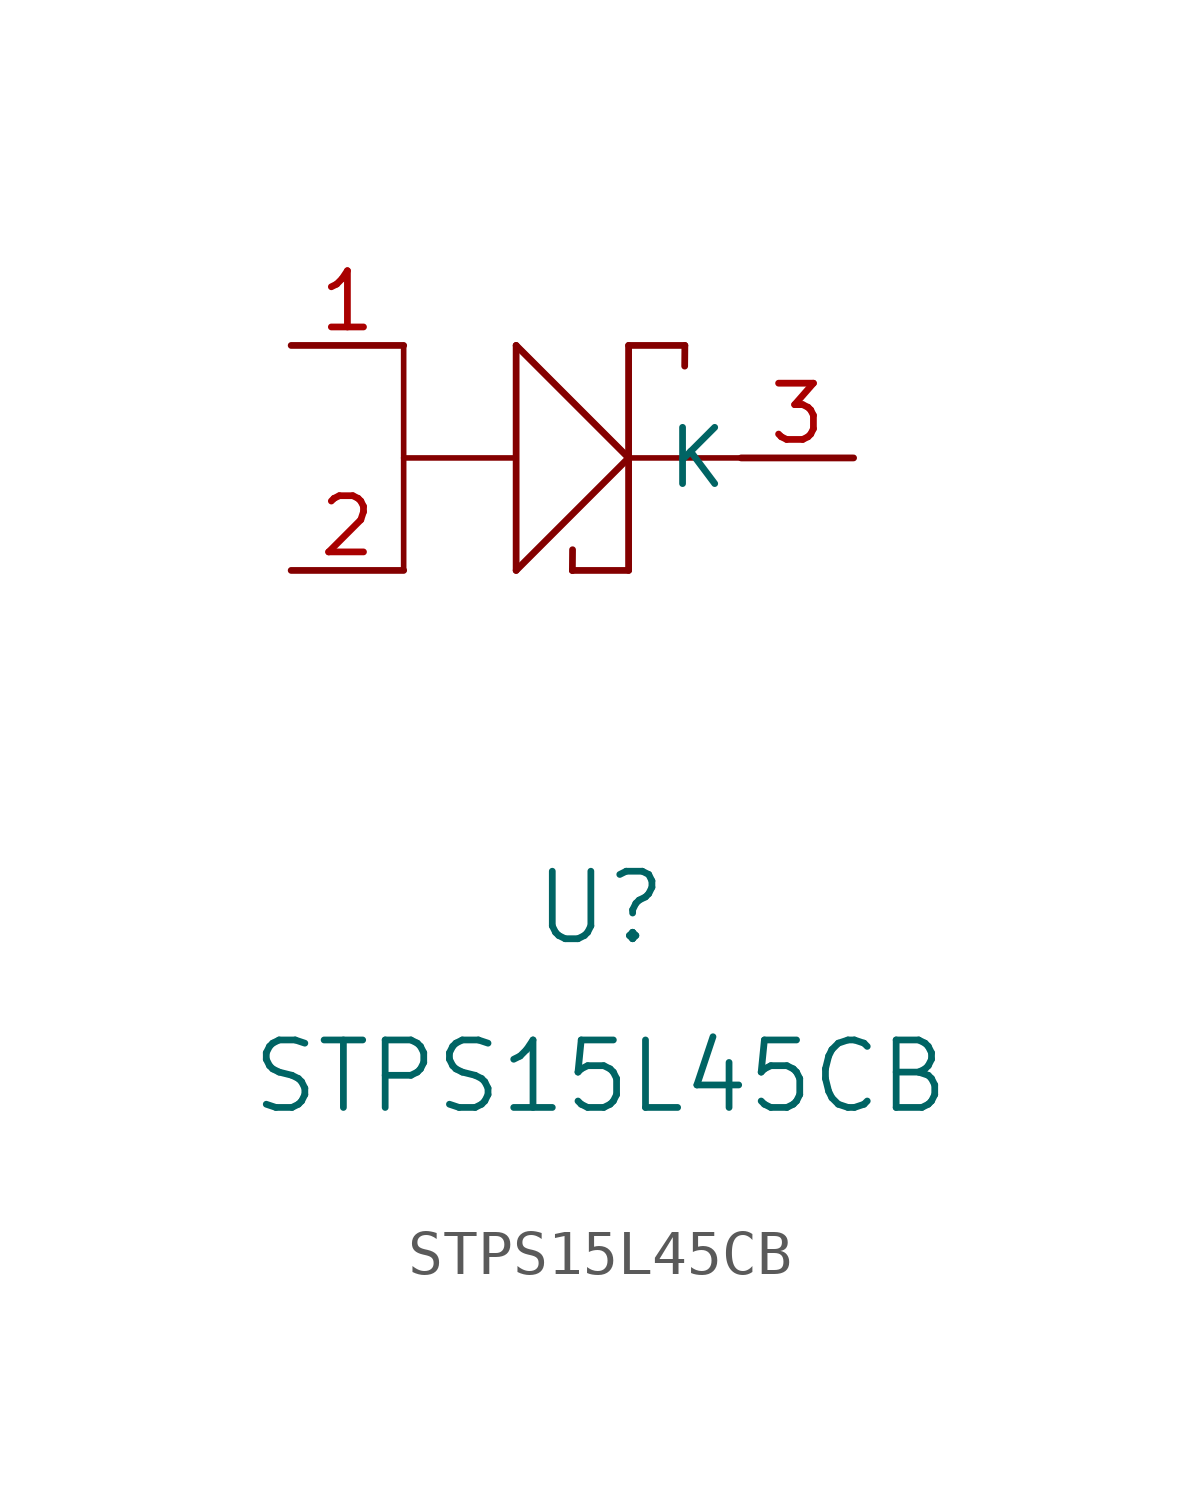
<source format=kicad_sym>
(kicad_symbol_lib
  (version 20241209)
  (generator "kicad_symbol_editor")
  (generator_version "9.0")
  (symbol "STPS15L45CB"
    (pin_names
      (offset 0.254))
    (property "Reference" "U"
      (at 5.715 -15.24 0)
      (effects (font (size 1.524 1.524))))
    (property "Value" "STPS15L45CB"
      (at 5.715 -19.05 0)
      (effects (font (size 1.524 1.524))))
    (symbol "STPS15L45CB_0_1"
      (polyline (pts (xy 1.27 -5.08) (xy 3.81 -5.08)) (stroke (width 0.127) (type default)) (fill (type none)))
      (polyline (pts (xy 1.27 -7.62) (xy 1.27 -2.54)) (stroke (width 0.127) (type default)) (fill (type none)))
      (polyline (pts (xy 3.81 -2.54) (xy 6.35 -5.08)) (stroke (width 0.127) (type default)) (fill (type none)))
      (polyline (pts (xy 3.81 -5.08) (xy 3.81 -2.54)) (stroke (width 0.127) (type default)) (fill (type none)))
      (polyline (pts (xy 3.81 -7.62) (xy 3.81 -2.54)) (stroke (width 0.127) (type default)) (fill (type none)))
      (polyline (pts (xy 3.81 -7.62) (xy 6.35 -5.08)) (stroke (width 0.127) (type default)) (fill (type none)))
      (polyline (pts (xy 6.35 -5.08) (xy 8.89 -5.08)) (stroke (width 0.127) (type default)) (fill (type none)))
      (polyline (pts (xy 6.35 -7.62) (xy 6.35 -2.54)) (stroke (width 0.127) (type default)) (fill (type none))))
    (symbol "STPS15L45CB_1_1"
      (polyline (pts (xy 3.81 -2.54) (xy 6.35 -5.08)) (stroke (width 0) (type default)) (fill (type none)))
      (polyline (pts (xy 3.81 -7.62) (xy 3.81 -2.54)) (stroke (width 0) (type default)) (fill (type none)))
      (polyline (pts (xy 5.08 -7.62) (xy 5.08 -7.62)) (stroke (width 0) (type default)) (fill (type none)))
      (polyline (pts (xy 5.08 -7.62) (xy 5.084 -7.153)) (stroke (width 0) (type default)) (fill (type none)))
      (polyline (pts (xy 6.35 -2.54) (xy 7.62 -2.54)) (stroke (width 0) (type default)) (fill (type none)))
      (polyline (pts (xy 6.35 -5.08) (xy 3.81 -7.62)) (stroke (width 0) (type default)) (fill (type none)))
      (polyline (pts (xy 6.35 -7.62) (xy 5.08 -7.62)) (stroke (width 0) (type default)) (fill (type none)))
      (polyline (pts (xy 6.35 -7.62) (xy 6.35 -2.54)) (stroke (width 0) (type default)) (fill (type none)))
      (polyline (pts (xy 7.62 -2.54) (xy 7.616 -3.007)) (stroke (width 0) (type default)) (fill (type none)))
      (pin passive line (at -1.27 -2.54 0) (length 2.54) (name "" (effects (font (size 1.27 1.27)))) (number "1" (effects (font (size 1.27 1.27)))))
      (pin passive line (at -1.27 -7.62 0) (length 2.54) (name "" (effects (font (size 1.27 1.27)))) (number "2" (effects (font (size 1.27 1.27)))))
      (pin passive line (at 11.43 -5.08 180) (length 2.54) (name "K" (effects (font (size 1.27 1.27)))) (number "3" (effects (font (size 1.27 1.27))))))))
</source>
